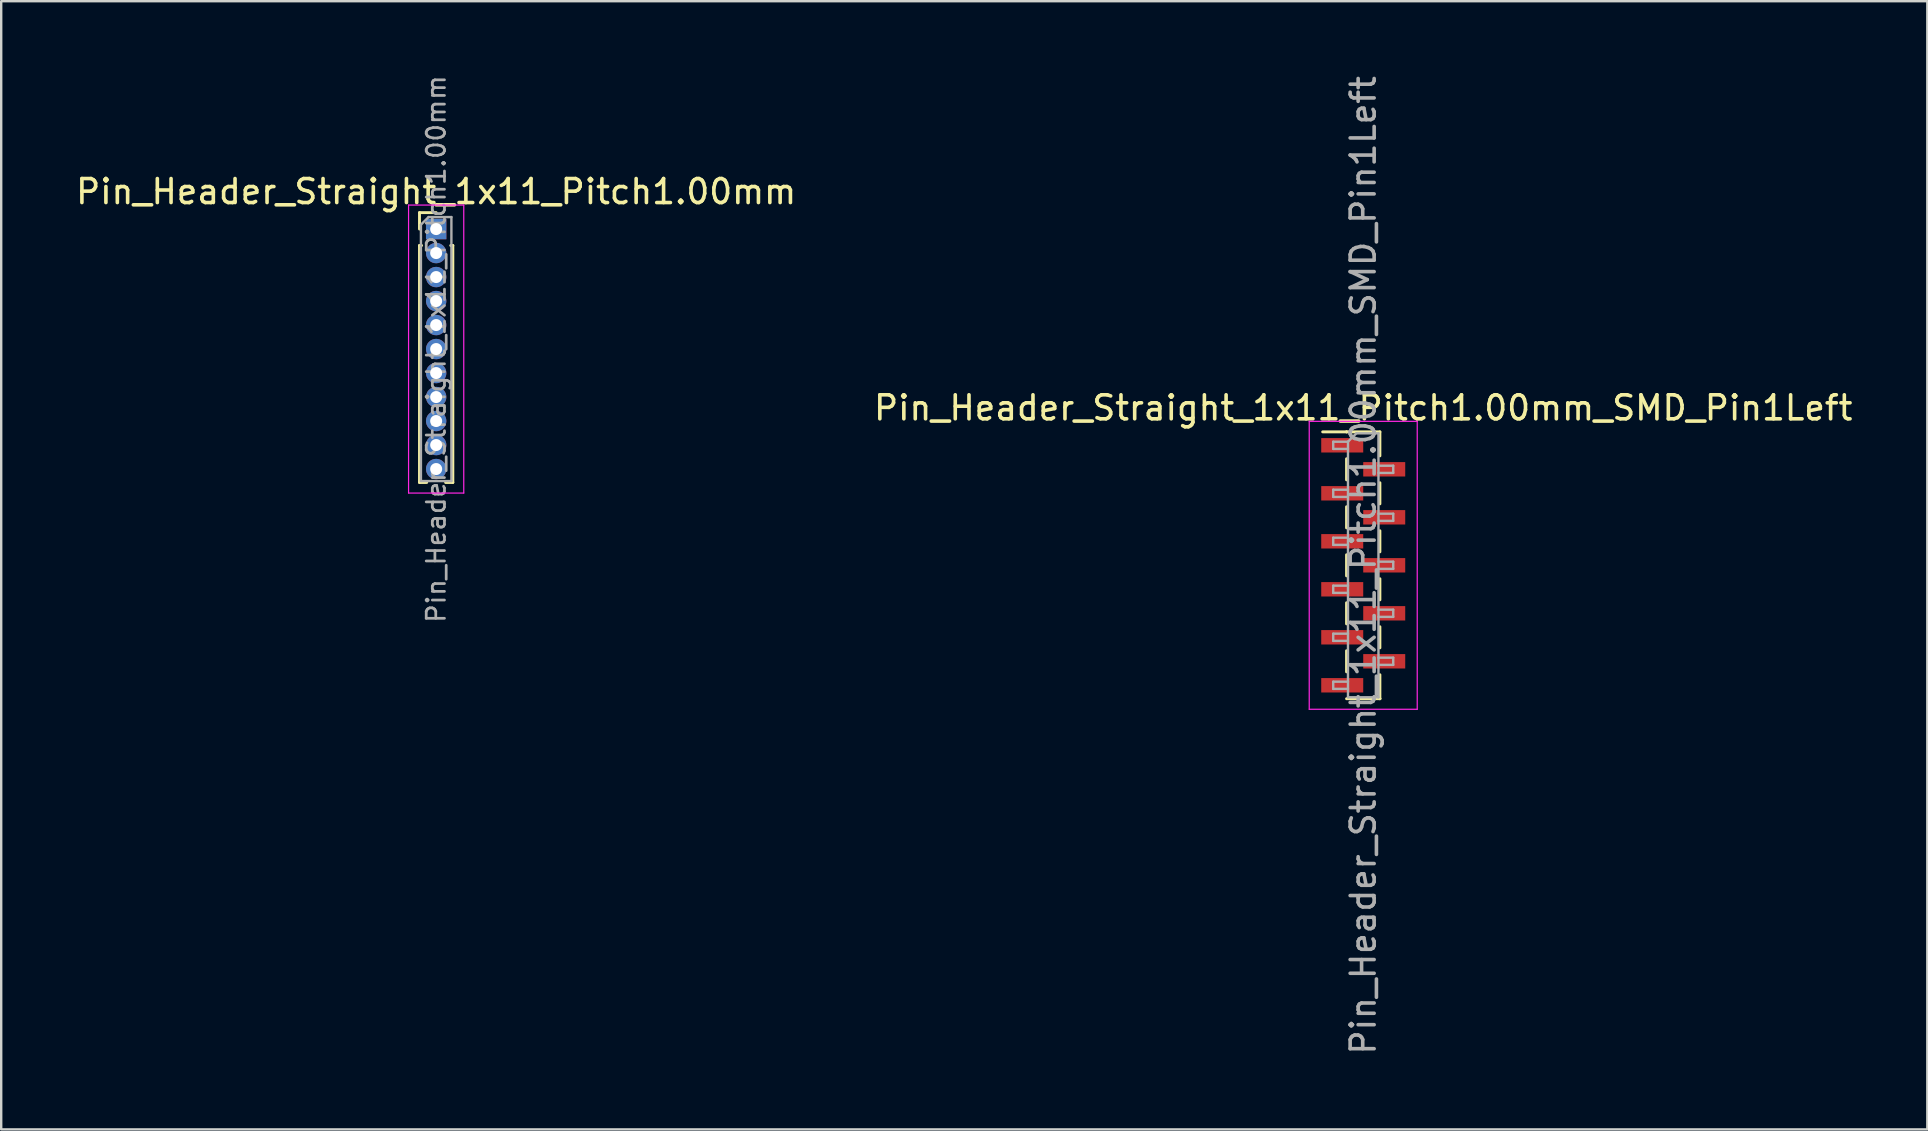
<source format=kicad_pcb>
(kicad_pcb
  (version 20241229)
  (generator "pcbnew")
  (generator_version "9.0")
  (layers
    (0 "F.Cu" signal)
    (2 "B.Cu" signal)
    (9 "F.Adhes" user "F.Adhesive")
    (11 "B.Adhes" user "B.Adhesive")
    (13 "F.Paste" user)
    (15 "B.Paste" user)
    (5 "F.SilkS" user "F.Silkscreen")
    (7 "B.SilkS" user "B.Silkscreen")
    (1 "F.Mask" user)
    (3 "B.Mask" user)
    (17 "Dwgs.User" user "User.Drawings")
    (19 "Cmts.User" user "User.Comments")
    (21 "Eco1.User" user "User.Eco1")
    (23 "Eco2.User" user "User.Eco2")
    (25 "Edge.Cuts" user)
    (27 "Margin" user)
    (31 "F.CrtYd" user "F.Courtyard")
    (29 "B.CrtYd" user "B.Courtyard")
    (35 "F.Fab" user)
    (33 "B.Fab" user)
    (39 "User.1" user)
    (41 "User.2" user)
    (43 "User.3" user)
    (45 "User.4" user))
  (footprint "Pin_Header_Straight_1x11_Pitch1.00mm_SMD_Pin1Left"
    (layer "F.Cu")
    (at 53.756 20.506)
    (property "Reference" "Pin_Header_Straight_1x11_Pitch1.00mm_SMD_Pin1Left" (at 0 -6.56 0) (layer "F.SilkS") (effects (font (size 1 1) (thickness 0.15))))
    (attr smd)
    (fp_line (start -0.695 -5.56) (end -1.69 -5.56) (stroke (width 0.12) (type solid)) (layer "F.SilkS"))
    (fp_line (start -0.695 -5.56) (end -0.695 -5.56) (stroke (width 0.12) (type solid)) (layer "F.SilkS"))
    (fp_line (start -0.695 -5.56) (end 0.695 -5.56) (stroke (width 0.12) (type solid)) (layer "F.SilkS"))
    (fp_line (start -0.695 -4.44) (end -0.695 -3.56) (stroke (width 0.12) (type solid)) (layer "F.SilkS"))
    (fp_line (start -0.695 -2.44) (end -0.695 -1.56) (stroke (width 0.12) (type solid)) (layer "F.SilkS"))
    (fp_line (start -0.695 -0.44) (end -0.695 0.44) (stroke (width 0.12) (type solid)) (layer "F.SilkS"))
    (fp_line (start -0.695 1.56) (end -0.695 2.44) (stroke (width 0.12) (type solid)) (layer "F.SilkS"))
    (fp_line (start -0.695 3.56) (end -0.695 4.44) (stroke (width 0.12) (type solid)) (layer "F.SilkS"))
    (fp_line (start -0.695 5.56) (end 0.695 5.56) (stroke (width 0.12) (type solid)) (layer "F.SilkS"))
    (fp_line (start 0.695 -5.56) (end 0.695 -4.56) (stroke (width 0.12) (type solid)) (layer "F.SilkS"))
    (fp_line (start 0.695 -3.44) (end 0.695 -2.56) (stroke (width 0.12) (type solid)) (layer "F.SilkS"))
    (fp_line (start 0.695 -1.44) (end 0.695 -0.56) (stroke (width 0.12) (type solid)) (layer "F.SilkS"))
    (fp_line (start 0.695 0.56) (end 0.695 1.44) (stroke (width 0.12) (type solid)) (layer "F.SilkS"))
    (fp_line (start 0.695 2.56) (end 0.695 3.44) (stroke (width 0.12) (type solid)) (layer "F.SilkS"))
    (fp_line (start 0.695 4.56) (end 0.695 5.56) (stroke (width 0.12) (type solid)) (layer "F.SilkS"))
    (fp_line (start 0.695 5.56) (end 0.695 5.56) (stroke (width 0.12) (type solid)) (layer "F.SilkS"))
    (fp_line (start -2.25 -6) (end -2.25 6) (stroke (width 0.05) (type solid)) (layer "F.CrtYd"))
    (fp_line (start -2.25 6) (end 2.25 6) (stroke (width 0.05) (type solid)) (layer "F.CrtYd"))
    (fp_line (start 2.25 -6) (end -2.25 -6) (stroke (width 0.05) (type solid)) (layer "F.CrtYd"))
    (fp_line (start 2.25 6) (end 2.25 -6) (stroke (width 0.05) (type solid)) (layer "F.CrtYd"))
    (fp_line (start -1.25 -5.15) (end -1.25 -4.85) (stroke (width 0.1) (type solid)) (layer "F.Fab"))
    (fp_line (start -1.25 -4.85) (end -0.635 -4.85) (stroke (width 0.1) (type solid)) (layer "F.Fab"))
    (fp_line (start -1.25 -3.15) (end -1.25 -2.85) (stroke (width 0.1) (type solid)) (layer "F.Fab"))
    (fp_line (start -1.25 -2.85) (end -0.635 -2.85) (stroke (width 0.1) (type solid)) (layer "F.Fab"))
    (fp_line (start -1.25 -1.15) (end -1.25 -0.85) (stroke (width 0.1) (type solid)) (layer "F.Fab"))
    (fp_line (start -1.25 -0.85) (end -0.635 -0.85) (stroke (width 0.1) (type solid)) (layer "F.Fab"))
    (fp_line (start -1.25 0.85) (end -1.25 1.15) (stroke (width 0.1) (type solid)) (layer "F.Fab"))
    (fp_line (start -1.25 1.15) (end -0.635 1.15) (stroke (width 0.1) (type solid)) (layer "F.Fab"))
    (fp_line (start -1.25 2.85) (end -1.25 3.15) (stroke (width 0.1) (type solid)) (layer "F.Fab"))
    (fp_line (start -1.25 3.15) (end -0.635 3.15) (stroke (width 0.1) (type solid)) (layer "F.Fab"))
    (fp_line (start -1.25 4.85) (end -1.25 5.15) (stroke (width 0.1) (type solid)) (layer "F.Fab"))
    (fp_line (start -1.25 5.15) (end -0.635 5.15) (stroke (width 0.1) (type solid)) (layer "F.Fab"))
    (fp_line (start -0.635 -5.15) (end -1.25 -5.15) (stroke (width 0.1) (type solid)) (layer "F.Fab"))
    (fp_line (start -0.635 -5.15) (end -0.285 -5.5) (stroke (width 0.1) (type solid)) (layer "F.Fab"))
    (fp_line (start -0.635 -3.15) (end -1.25 -3.15) (stroke (width 0.1) (type solid)) (layer "F.Fab"))
    (fp_line (start -0.635 -1.15) (end -1.25 -1.15) (stroke (width 0.1) (type solid)) (layer "F.Fab"))
    (fp_line (start -0.635 0.85) (end -1.25 0.85) (stroke (width 0.1) (type solid)) (layer "F.Fab"))
    (fp_line (start -0.635 2.85) (end -1.25 2.85) (stroke (width 0.1) (type solid)) (layer "F.Fab"))
    (fp_line (start -0.635 4.85) (end -1.25 4.85) (stroke (width 0.1) (type solid)) (layer "F.Fab"))
    (fp_line (start -0.635 5.5) (end -0.635 -5.15) (stroke (width 0.1) (type solid)) (layer "F.Fab"))
    (fp_line (start -0.285 -5.5) (end 0.635 -5.5) (stroke (width 0.1) (type solid)) (layer "F.Fab"))
    (fp_line (start 0.635 -5.5) (end 0.635 5.5) (stroke (width 0.1) (type solid)) (layer "F.Fab"))
    (fp_line (start 0.635 -4.15) (end 1.25 -4.15) (stroke (width 0.1) (type solid)) (layer "F.Fab"))
    (fp_line (start 0.635 -2.15) (end 1.25 -2.15) (stroke (width 0.1) (type solid)) (layer "F.Fab"))
    (fp_line (start 0.635 -0.15) (end 1.25 -0.15) (stroke (width 0.1) (type solid)) (layer "F.Fab"))
    (fp_line (start 0.635 1.85) (end 1.25 1.85) (stroke (width 0.1) (type solid)) (layer "F.Fab"))
    (fp_line (start 0.635 3.85) (end 1.25 3.85) (stroke (width 0.1) (type solid)) (layer "F.Fab"))
    (fp_line (start 0.635 5.5) (end -0.635 5.5) (stroke (width 0.1) (type solid)) (layer "F.Fab"))
    (fp_line (start 1.25 -4.15) (end 1.25 -3.85) (stroke (width 0.1) (type solid)) (layer "F.Fab"))
    (fp_line (start 1.25 -3.85) (end 0.635 -3.85) (stroke (width 0.1) (type solid)) (layer "F.Fab"))
    (fp_line (start 1.25 -2.15) (end 1.25 -1.85) (stroke (width 0.1) (type solid)) (layer "F.Fab"))
    (fp_line (start 1.25 -1.85) (end 0.635 -1.85) (stroke (width 0.1) (type solid)) (layer "F.Fab"))
    (fp_line (start 1.25 -0.15) (end 1.25 0.15) (stroke (width 0.1) (type solid)) (layer "F.Fab"))
    (fp_line (start 1.25 0.15) (end 0.635 0.15) (stroke (width 0.1) (type solid)) (layer "F.Fab"))
    (fp_line (start 1.25 1.85) (end 1.25 2.15) (stroke (width 0.1) (type solid)) (layer "F.Fab"))
    (fp_line (start 1.25 2.15) (end 0.635 2.15) (stroke (width 0.1) (type solid)) (layer "F.Fab"))
    (fp_line (start 1.25 3.85) (end 1.25 4.15) (stroke (width 0.1) (type solid)) (layer "F.Fab"))
    (fp_line (start 1.25 4.15) (end 0.635 4.15) (stroke (width 0.1) (type solid)) (layer "F.Fab"))
    (fp_text user "${REFERENCE}" (at 0 0 90) (layer "F.Fab") (effects (font (size 1 1) (thickness 0.15))))
    (pad "1" smd rect (at -0.875 -5) (size 1.75 0.6) (layers "F.Cu" "F.Mask" "F.Paste"))
    (pad "2" smd rect (at 0.875 -4) (size 1.75 0.6) (layers "F.Cu" "F.Mask" "F.Paste"))
    (pad "3" smd rect (at -0.875 -3) (size 1.75 0.6) (layers "F.Cu" "F.Mask" "F.Paste"))
    (pad "4" smd rect (at 0.875 -2) (size 1.75 0.6) (layers "F.Cu" "F.Mask" "F.Paste"))
    (pad "5" smd rect (at -0.875 -1) (size 1.75 0.6) (layers "F.Cu" "F.Mask" "F.Paste"))
    (pad "6" smd rect (at 0.875 0) (size 1.75 0.6) (layers "F.Cu" "F.Mask" "F.Paste"))
    (pad "7" smd rect (at -0.875 1) (size 1.75 0.6) (layers "F.Cu" "F.Mask" "F.Paste"))
    (pad "8" smd rect (at 0.875 2) (size 1.75 0.6) (layers "F.Cu" "F.Mask" "F.Paste"))
    (pad "9" smd rect (at -0.875 3) (size 1.75 0.6) (layers "F.Cu" "F.Mask" "F.Paste"))
    (pad "10" smd rect (at 0.875 4) (size 1.75 0.6) (layers "F.Cu" "F.Mask" "F.Paste"))
    (pad "11" smd rect (at -0.875 5) (size 1.75 0.6) (layers "F.Cu" "F.Mask" "F.Paste")))
  (footprint "Pin_Header_Straight_1x11_Pitch1.00mm"
    (layer "F.Cu")
    (at 15.125 6.495)
    (property "Reference" "Pin_Header_Straight_1x11_Pitch1.00mm" (at 0 -1.56 0) (layer "F.SilkS") (effects (font (size 1 1) (thickness 0.15))))
    (attr through_hole)
    (fp_line (start -0.695 -0.685) (end 0 -0.685) (stroke (width 0.12) (type solid)) (layer "F.SilkS"))
    (fp_line (start -0.695 0) (end -0.695 -0.685) (stroke (width 0.12) (type solid)) (layer "F.SilkS"))
    (fp_line (start -0.695 0.685) (end -0.695 10.56) (stroke (width 0.12) (type solid)) (layer "F.SilkS"))
    (fp_line (start -0.695 0.685) (end -0.608 0.685) (stroke (width 0.12) (type solid)) (layer "F.SilkS"))
    (fp_line (start -0.695 10.56) (end -0.394 10.56) (stroke (width 0.12) (type solid)) (layer "F.SilkS"))
    (fp_line (start 0.394 10.56) (end 0.695 10.56) (stroke (width 0.12) (type solid)) (layer "F.SilkS"))
    (fp_line (start 0.608 0.685) (end 0.695 0.685) (stroke (width 0.12) (type solid)) (layer "F.SilkS"))
    (fp_line (start 0.695 0.685) (end 0.695 10.56) (stroke (width 0.12) (type solid)) (layer "F.SilkS"))
    (fp_line (start -1.15 -1) (end -1.15 11) (stroke (width 0.05) (type solid)) (layer "F.CrtYd"))
    (fp_line (start -1.15 11) (end 1.15 11) (stroke (width 0.05) (type solid)) (layer "F.CrtYd"))
    (fp_line (start 1.15 -1) (end -1.15 -1) (stroke (width 0.05) (type solid)) (layer "F.CrtYd"))
    (fp_line (start 1.15 11) (end 1.15 -1) (stroke (width 0.05) (type solid)) (layer "F.CrtYd"))
    (fp_line (start -0.635 -0.182) (end -0.318 -0.5) (stroke (width 0.1) (type solid)) (layer "F.Fab"))
    (fp_line (start -0.635 10.5) (end -0.635 -0.182) (stroke (width 0.1) (type solid)) (layer "F.Fab"))
    (fp_line (start -0.318 -0.5) (end 0.635 -0.5) (stroke (width 0.1) (type solid)) (layer "F.Fab"))
    (fp_line (start 0.635 -0.5) (end 0.635 10.5) (stroke (width 0.1) (type solid)) (layer "F.Fab"))
    (fp_line (start 0.635 10.5) (end -0.635 10.5) (stroke (width 0.1) (type solid)) (layer "F.Fab"))
    (fp_text user "${REFERENCE}" (at 0 5 90) (layer "F.Fab") (effects (font (size 0.76 0.76) (thickness 0.114))))
    (pad "1" thru_hole rect (at 0 0) (size 0.85 0.85) (drill 0.5) (layers "*.Cu" "*.Mask"))
    (pad "2" thru_hole oval (at 0 1) (size 0.85 0.85) (drill 0.5) (layers "*.Cu" "*.Mask"))
    (pad "3" thru_hole oval (at 0 2) (size 0.85 0.85) (drill 0.5) (layers "*.Cu" "*.Mask"))
    (pad "4" thru_hole oval (at 0 3) (size 0.85 0.85) (drill 0.5) (layers "*.Cu" "*.Mask"))
    (pad "5" thru_hole oval (at 0 4) (size 0.85 0.85) (drill 0.5) (layers "*.Cu" "*.Mask"))
    (pad "6" thru_hole oval (at 0 5) (size 0.85 0.85) (drill 0.5) (layers "*.Cu" "*.Mask"))
    (pad "7" thru_hole oval (at 0 6) (size 0.85 0.85) (drill 0.5) (layers "*.Cu" "*.Mask"))
    (pad "8" thru_hole oval (at 0 7) (size 0.85 0.85) (drill 0.5) (layers "*.Cu" "*.Mask"))
    (pad "9" thru_hole oval (at 0 8) (size 0.85 0.85) (drill 0.5) (layers "*.Cu" "*.Mask"))
    (pad "10" thru_hole oval (at 0 9) (size 0.85 0.85) (drill 0.5) (layers "*.Cu" "*.Mask"))
    (pad "11" thru_hole oval (at 0 10) (size 0.85 0.85) (drill 0.5) (layers "*.Cu" "*.Mask")))
  (gr_rect
    (start -3 -3)
    (end 77.262 44.012)
    (stroke (width 0.1) (type default))
    (fill no)
    (layer "Edge.Cuts")))
</source>
